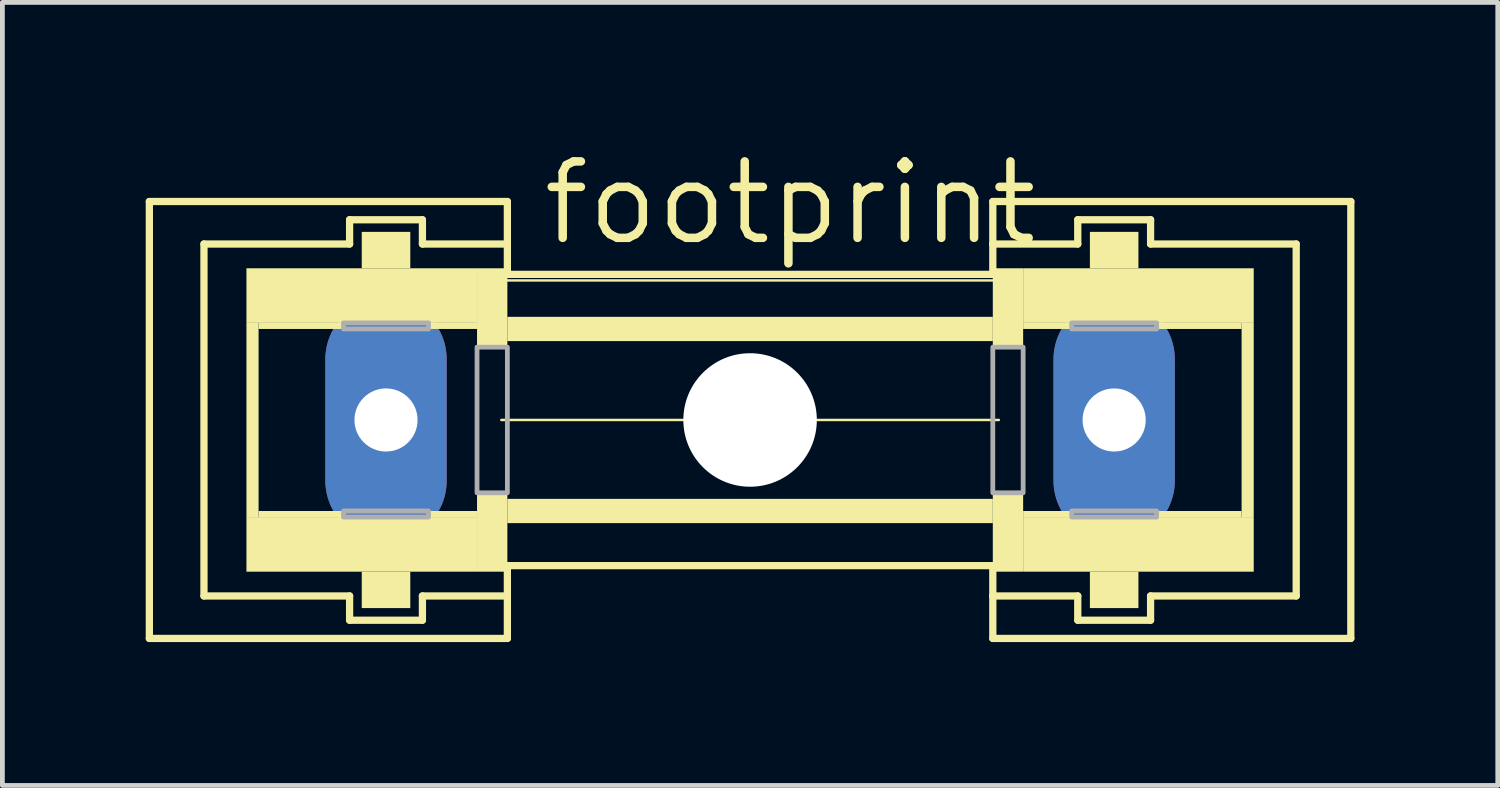
<source format=kicad_pcb>
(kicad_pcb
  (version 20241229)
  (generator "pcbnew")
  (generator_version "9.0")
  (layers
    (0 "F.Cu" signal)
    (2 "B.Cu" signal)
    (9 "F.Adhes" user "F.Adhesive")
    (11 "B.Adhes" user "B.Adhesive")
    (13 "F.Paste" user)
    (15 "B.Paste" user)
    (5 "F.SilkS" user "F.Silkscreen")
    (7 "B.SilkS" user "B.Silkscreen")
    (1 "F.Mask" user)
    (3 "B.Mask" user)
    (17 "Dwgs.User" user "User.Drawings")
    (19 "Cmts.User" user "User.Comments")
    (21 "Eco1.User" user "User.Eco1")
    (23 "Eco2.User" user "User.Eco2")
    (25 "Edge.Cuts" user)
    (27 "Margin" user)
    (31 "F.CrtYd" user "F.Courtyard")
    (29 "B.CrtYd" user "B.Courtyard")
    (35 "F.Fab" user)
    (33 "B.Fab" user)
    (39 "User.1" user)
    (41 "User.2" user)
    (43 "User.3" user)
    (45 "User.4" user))
  (footprint "footprint"
    (layer "F.Cu")
    (at 12.649 5.74)
    (property "Reference" "footprint" (at -4.42 -3.607 0) (layer "F.SilkS") (effects (font (size 1.6 1.6) (thickness 0.178)) (justify left bottom)))
    (fp_line (start -12.573 -4.572) (end -5.08 -4.572) (stroke (width 0.152) (type solid)) (layer "F.SilkS"))
    (fp_line (start -12.573 4.572) (end -12.573 -4.572) (stroke (width 0.152) (type solid)) (layer "F.SilkS"))
    (fp_line (start -11.43 -3.683) (end -8.382 -3.683) (stroke (width 0.152) (type solid)) (layer "F.SilkS"))
    (fp_line (start -11.43 3.683) (end -11.43 -3.683) (stroke (width 0.152) (type solid)) (layer "F.SilkS"))
    (fp_line (start -8.382 -4.191) (end -6.858 -4.191) (stroke (width 0.152) (type solid)) (layer "F.SilkS"))
    (fp_line (start -8.382 -3.683) (end -8.382 -4.191) (stroke (width 0.152) (type solid)) (layer "F.SilkS"))
    (fp_line (start -8.382 3.683) (end -11.43 3.683) (stroke (width 0.152) (type solid)) (layer "F.SilkS"))
    (fp_line (start -8.382 3.683) (end -8.382 4.191) (stroke (width 0.152) (type solid)) (layer "F.SilkS"))
    (fp_line (start -8.382 4.191) (end -6.858 4.191) (stroke (width 0.152) (type solid)) (layer "F.SilkS"))
    (fp_line (start -6.858 -4.191) (end -6.858 -3.683) (stroke (width 0.152) (type solid)) (layer "F.SilkS"))
    (fp_line (start -6.858 -3.683) (end -5.08 -3.683) (stroke (width 0.152) (type solid)) (layer "F.SilkS"))
    (fp_line (start -6.858 3.683) (end -5.08 3.683) (stroke (width 0.152) (type solid)) (layer "F.SilkS"))
    (fp_line (start -6.858 4.191) (end -6.858 3.683) (stroke (width 0.152) (type solid)) (layer "F.SilkS"))
    (fp_line (start -5.207 0) (end 5.207 0) (stroke (width 0.051) (type solid)) (layer "F.SilkS"))
    (fp_line (start -5.08 -3.683) (end -5.08 -4.572) (stroke (width 0.152) (type solid)) (layer "F.SilkS"))
    (fp_line (start -5.08 -3.048) (end -5.08 -3.683) (stroke (width 0.152) (type solid)) (layer "F.SilkS"))
    (fp_line (start -5.08 -3.048) (end 5.08 -3.048) (stroke (width 0.152) (type solid)) (layer "F.SilkS"))
    (fp_line (start -5.08 -2.921) (end 5.08 -2.921) (stroke (width 0.051) (type solid)) (layer "F.SilkS"))
    (fp_line (start -5.08 3.683) (end -5.08 3.048) (stroke (width 0.152) (type solid)) (layer "F.SilkS"))
    (fp_line (start -5.08 4.572) (end -12.573 4.572) (stroke (width 0.152) (type solid)) (layer "F.SilkS"))
    (fp_line (start -5.08 4.572) (end -5.08 3.683) (stroke (width 0.152) (type solid)) (layer "F.SilkS"))
    (fp_line (start 5.08 -4.572) (end 5.08 -3.683) (stroke (width 0.152) (type solid)) (layer "F.SilkS"))
    (fp_line (start 5.08 -4.572) (end 12.573 -4.572) (stroke (width 0.152) (type solid)) (layer "F.SilkS"))
    (fp_line (start 5.08 -3.683) (end 5.08 -3.048) (stroke (width 0.152) (type solid)) (layer "F.SilkS"))
    (fp_line (start 5.08 -3.683) (end 6.858 -3.683) (stroke (width 0.152) (type solid)) (layer "F.SilkS"))
    (fp_line (start 5.08 3.048) (end -5.08 3.048) (stroke (width 0.152) (type solid)) (layer "F.SilkS"))
    (fp_line (start 5.08 3.048) (end 5.08 3.683) (stroke (width 0.152) (type solid)) (layer "F.SilkS"))
    (fp_line (start 5.08 3.683) (end 5.08 4.572) (stroke (width 0.152) (type solid)) (layer "F.SilkS"))
    (fp_line (start 5.08 3.683) (end 6.858 3.683) (stroke (width 0.152) (type solid)) (layer "F.SilkS"))
    (fp_line (start 6.858 -4.191) (end 6.858 -3.683) (stroke (width 0.152) (type solid)) (layer "F.SilkS"))
    (fp_line (start 6.858 -4.191) (end 8.382 -4.191) (stroke (width 0.152) (type solid)) (layer "F.SilkS"))
    (fp_line (start 6.858 4.191) (end 6.858 3.683) (stroke (width 0.152) (type solid)) (layer "F.SilkS"))
    (fp_line (start 6.858 4.191) (end 8.382 4.191) (stroke (width 0.152) (type solid)) (layer "F.SilkS"))
    (fp_line (start 8.382 -3.683) (end 8.382 -4.191) (stroke (width 0.152) (type solid)) (layer "F.SilkS"))
    (fp_line (start 8.382 -3.683) (end 11.43 -3.683) (stroke (width 0.152) (type solid)) (layer "F.SilkS"))
    (fp_line (start 8.382 3.683) (end 8.382 4.191) (stroke (width 0.152) (type solid)) (layer "F.SilkS"))
    (fp_line (start 8.382 3.683) (end 11.43 3.683) (stroke (width 0.152) (type solid)) (layer "F.SilkS"))
    (fp_line (start 11.43 -3.683) (end 11.43 3.683) (stroke (width 0.152) (type solid)) (layer "F.SilkS"))
    (fp_line (start 12.573 -4.572) (end 12.573 4.572) (stroke (width 0.152) (type solid)) (layer "F.SilkS"))
    (fp_line (start 12.573 4.572) (end 5.08 4.572) (stroke (width 0.152) (type solid)) (layer "F.SilkS"))
    (fp_poly (pts (xy -10.541 -2.032) (xy -5.715 -2.032) (xy -5.715 -3.175) (xy -10.541 -3.175)) (stroke (width 0) (type solid)) (fill yes) (layer "F.SilkS"))
    (fp_poly (pts (xy -10.541 2.032) (xy -10.287 2.032) (xy -10.287 -2.032) (xy -10.541 -2.032)) (stroke (width 0) (type solid)) (fill yes) (layer "F.SilkS"))
    (fp_poly (pts (xy -10.541 3.175) (xy -5.715 3.175) (xy -5.715 2.032) (xy -10.541 2.032)) (stroke (width 0) (type solid)) (fill yes) (layer "F.SilkS"))
    (fp_poly (pts (xy -10.287 -1.905) (xy -8.509 -1.905) (xy -8.509 -2.032) (xy -10.287 -2.032)) (stroke (width 0) (type solid)) (fill yes) (layer "F.SilkS"))
    (fp_poly (pts (xy -10.287 2.032) (xy -8.509 2.032) (xy -8.509 1.905) (xy -10.287 1.905)) (stroke (width 0) (type solid)) (fill yes) (layer "F.SilkS"))
    (fp_poly (pts (xy -8.128 -3.175) (xy -7.112 -3.175) (xy -7.112 -3.937) (xy -8.128 -3.937)) (stroke (width 0) (type solid)) (fill yes) (layer "F.SilkS"))
    (fp_poly (pts (xy -8.128 3.937) (xy -7.112 3.937) (xy -7.112 3.175) (xy -8.128 3.175)) (stroke (width 0) (type solid)) (fill yes) (layer "F.SilkS"))
    (fp_poly (pts (xy -6.731 -1.905) (xy -5.715 -1.905) (xy -5.715 -2.032) (xy -6.731 -2.032)) (stroke (width 0) (type solid)) (fill yes) (layer "F.SilkS"))
    (fp_poly (pts (xy -6.731 2.032) (xy -5.715 2.032) (xy -5.715 1.905) (xy -6.731 1.905)) (stroke (width 0) (type solid)) (fill yes) (layer "F.SilkS"))
    (fp_poly (pts (xy -5.715 -1.524) (xy -5.08 -1.524) (xy -5.08 -3.175) (xy -5.715 -3.175)) (stroke (width 0) (type solid)) (fill yes) (layer "F.SilkS"))
    (fp_poly (pts (xy -5.715 3.175) (xy -5.08 3.175) (xy -5.08 1.524) (xy -5.715 1.524)) (stroke (width 0) (type solid)) (fill yes) (layer "F.SilkS"))
    (fp_poly (pts (xy -5.08 -1.651) (xy 5.08 -1.651) (xy 5.08 -2.159) (xy -5.08 -2.159)) (stroke (width 0) (type solid)) (fill yes) (layer "F.SilkS"))
    (fp_poly (pts (xy -5.08 2.159) (xy 5.08 2.159) (xy 5.08 1.651) (xy -5.08 1.651)) (stroke (width 0) (type solid)) (fill yes) (layer "F.SilkS"))
    (fp_poly (pts (xy 5.08 -1.524) (xy 5.715 -1.524) (xy 5.715 -3.175) (xy 5.08 -3.175)) (stroke (width 0) (type solid)) (fill yes) (layer "F.SilkS"))
    (fp_poly (pts (xy 5.08 3.175) (xy 5.715 3.175) (xy 5.715 1.524) (xy 5.08 1.524)) (stroke (width 0) (type solid)) (fill yes) (layer "F.SilkS"))
    (fp_poly (pts (xy 5.715 -2.032) (xy 10.541 -2.032) (xy 10.541 -3.175) (xy 5.715 -3.175)) (stroke (width 0) (type solid)) (fill yes) (layer "F.SilkS"))
    (fp_poly (pts (xy 5.715 -1.905) (xy 6.731 -1.905) (xy 6.731 -2.032) (xy 5.715 -2.032)) (stroke (width 0) (type solid)) (fill yes) (layer "F.SilkS"))
    (fp_poly (pts (xy 5.715 2.032) (xy 6.731 2.032) (xy 6.731 1.905) (xy 5.715 1.905)) (stroke (width 0) (type solid)) (fill yes) (layer "F.SilkS"))
    (fp_poly (pts (xy 5.715 3.175) (xy 10.541 3.175) (xy 10.541 2.032) (xy 5.715 2.032)) (stroke (width 0) (type solid)) (fill yes) (layer "F.SilkS"))
    (fp_poly (pts (xy 7.112 -3.175) (xy 8.128 -3.175) (xy 8.128 -3.937) (xy 7.112 -3.937)) (stroke (width 0) (type solid)) (fill yes) (layer "F.SilkS"))
    (fp_poly (pts (xy 7.112 3.937) (xy 8.128 3.937) (xy 8.128 3.175) (xy 7.112 3.175)) (stroke (width 0) (type solid)) (fill yes) (layer "F.SilkS"))
    (fp_poly (pts (xy 8.509 -1.905) (xy 10.287 -1.905) (xy 10.287 -2.032) (xy 8.509 -2.032)) (stroke (width 0) (type solid)) (fill yes) (layer "F.SilkS"))
    (fp_poly (pts (xy 8.509 2.032) (xy 10.287 2.032) (xy 10.287 1.905) (xy 8.509 1.905)) (stroke (width 0) (type solid)) (fill yes) (layer "F.SilkS"))
    (fp_poly (pts (xy 10.287 2.032) (xy 10.541 2.032) (xy 10.541 -2.032) (xy 10.287 -2.032)) (stroke (width 0) (type solid)) (fill yes) (layer "F.SilkS"))
    (fp_poly (pts (xy -8.509 -1.905) (xy -6.731 -1.905) (xy -6.731 -2.032) (xy -8.509 -2.032)) (stroke (width 0.1) (type solid)) (fill no) (layer "F.Fab"))
    (fp_poly (pts (xy -8.509 2.032) (xy -6.731 2.032) (xy -6.731 1.905) (xy -8.509 1.905)) (stroke (width 0.1) (type solid)) (fill no) (layer "F.Fab"))
    (fp_poly (pts (xy -5.715 1.524) (xy -5.08 1.524) (xy -5.08 -1.524) (xy -5.715 -1.524)) (stroke (width 0.1) (type solid)) (fill no) (layer "F.Fab"))
    (fp_poly (pts (xy 5.08 1.524) (xy 5.715 1.524) (xy 5.715 -1.524) (xy 5.08 -1.524)) (stroke (width 0.1) (type solid)) (fill no) (layer "F.Fab"))
    (fp_poly (pts (xy 6.731 -1.905) (xy 8.509 -1.905) (xy 8.509 -2.032) (xy 6.731 -2.032)) (stroke (width 0.1) (type solid)) (fill no) (layer "F.Fab"))
    (fp_poly (pts (xy 6.731 2.032) (xy 8.509 2.032) (xy 8.509 1.905) (xy 6.731 1.905)) (stroke (width 0.1) (type solid)) (fill no) (layer "F.Fab"))
    (pad "" np_thru_hole circle (at 0 0) (size 2.794 2.794) (drill 2.794) (layers "*.Cu" "*.Mask"))
    (pad "1" thru_hole oval (at -7.62 0 90) (size 5.08 2.54) (drill 1.321) (layers "*.Cu" "*.Mask"))
    (pad "2" thru_hole oval (at 7.62 0 90) (size 5.08 2.54) (drill 1.321) (layers "*.Cu" "*.Mask")))
  (gr_rect
    (start -3 -3)
    (end 28.298 13.389)
    (stroke (width 0.1) (type default))
    (fill no)
    (layer "Edge.Cuts")))
</source>
